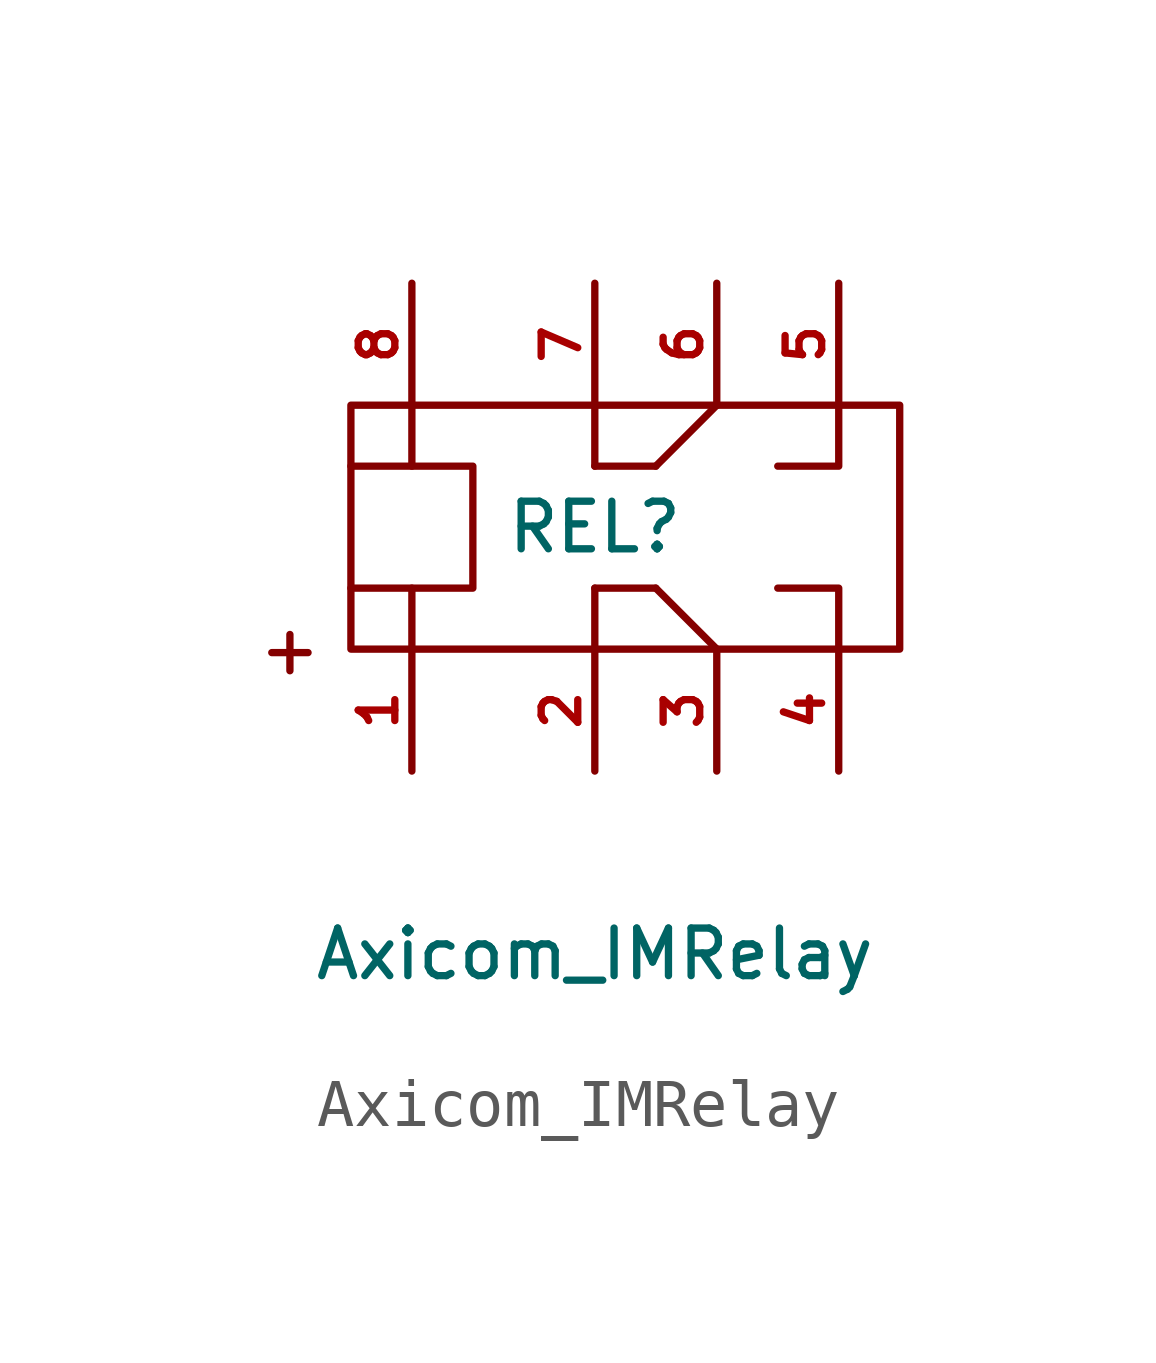
<source format=kicad_sym>
(kicad_symbol_lib
  (version 20211014)
  (generator kicad_symbol_editor)
  (symbol "Axicom_IMRelay"
    (pin_names
      (offset 1.016) hide)
    (property "Reference" "REL"
      (at 0 0 0)
      (effects (font (size 0.991 0.991))))
    (property "Value" "Axicom_IMRelay"
      (at 0 -8.89 0)
      (effects (font (size 0.991 0.991))))
    (symbol "Axicom_IMRelay_0_0"
      (text "+" (at -6.35 -2.54 0) (effects (font (size 0.991 0.991))))
      (pin input line (at -3.81 -5.08 90) (length 2.54) (name "~" (effects (font (size 0.762 0.762)))) (number "1" (effects (font (size 0.762 0.762)))))
      (pin passive line (at 0 -5.08 90) (length 2.54) (name "~" (effects (font (size 0.762 0.762)))) (number "2" (effects (font (size 0.762 0.762)))))
      (pin passive line (at 2.54 -5.08 90) (length 2.54) (name "~" (effects (font (size 0.762 0.762)))) (number "3" (effects (font (size 0.762 0.762)))))
      (pin passive line (at 5.08 -5.08 90) (length 2.54) (name "~" (effects (font (size 0.762 0.762)))) (number "4" (effects (font (size 0.762 0.762)))))
      (pin passive line (at 5.08 5.08 270) (length 2.54) (name "~" (effects (font (size 0.762 0.762)))) (number "5" (effects (font (size 0.762 0.762)))))
      (pin passive line (at 2.54 5.08 270) (length 2.54) (name "~" (effects (font (size 0.762 0.762)))) (number "6" (effects (font (size 0.762 0.762)))))
      (pin passive line (at 0 5.08 270) (length 2.54) (name "~" (effects (font (size 0.762 0.762)))) (number "7" (effects (font (size 0.762 0.762)))))
      (pin passive line (at -3.81 5.08 270) (length 2.54) (name "~" (effects (font (size 0.762 0.762)))) (number "8" (effects (font (size 0.762 0.762))))))
    (symbol "Axicom_IMRelay_0_1"
      (rectangle (start -5.08 2.54) (end 6.35 -2.54) (stroke (width 0) (type default) (color 0 0 0 0)) (fill (type none)))
      (polyline (pts (xy -3.81 -2.54) (xy -3.81 -1.27)) (stroke (width 0) (type default) (color 0 0 0 0)) (fill (type none)))
      (polyline (pts (xy -3.81 2.54) (xy -3.81 1.27)) (stroke (width 0) (type default) (color 0 0 0 0)) (fill (type none)))
      (polyline (pts (xy 0 -2.54) (xy 0 -1.27)) (stroke (width 0) (type default) (color 0 0 0 0)) (fill (type none)))
      (polyline (pts (xy 0 -1.27) (xy 1.27 -1.27)) (stroke (width 0) (type default) (color 0 0 0 0)) (fill (type none)))
      (polyline (pts (xy 0 1.27) (xy 1.27 1.27)) (stroke (width 0) (type default) (color 0 0 0 0)) (fill (type none)))
      (polyline (pts (xy 0 2.54) (xy 0 1.27)) (stroke (width 0) (type default) (color 0 0 0 0)) (fill (type none)))
      (polyline (pts (xy 2.54 -2.54) (xy 1.27 -1.27)) (stroke (width 0) (type default) (color 0 0 0 0)) (fill (type none)))
      (polyline (pts (xy 2.54 2.54) (xy 1.27 1.27)) (stroke (width 0) (type default) (color 0 0 0 0)) (fill (type none)))
      (polyline (pts (xy 5.08 -2.54) (xy 5.08 -1.27) (xy 3.81 -1.27)) (stroke (width 0) (type default) (color 0 0 0 0)) (fill (type none)))
      (polyline (pts (xy 5.08 2.54) (xy 5.08 1.27) (xy 3.81 1.27)) (stroke (width 0) (type default) (color 0 0 0 0)) (fill (type none)))
      (polyline (pts (xy -5.08 1.27) (xy -2.54 1.27) (xy -2.54 -1.27) (xy -5.08 -1.27)) (stroke (width 0) (type default) (color 0 0 0 0)) (fill (type none))))))
</source>
